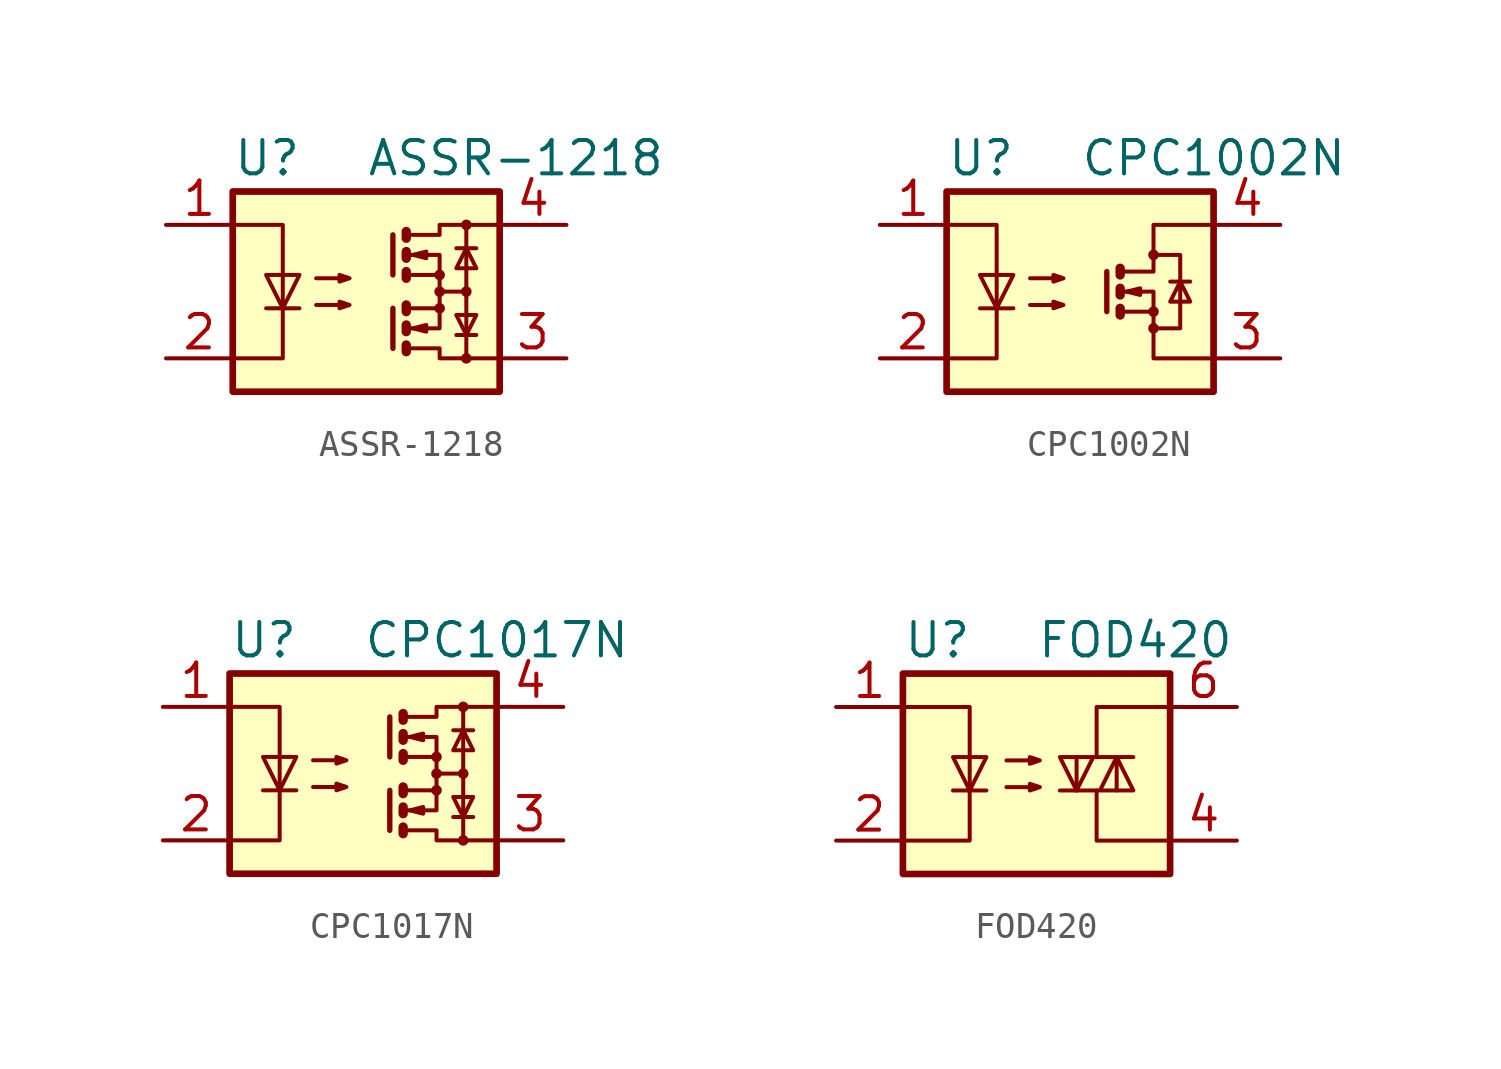
<source format=kicad_sym>
(kicad_symbol_lib
  (version 20241209)
  (generator "kicad_symbol_editor")
  (generator_version "9.0")
  (symbol "ASSR-1218"
    (property "Reference" "U"
      (at -5.08 5.08 0)
      (effects (font (size 1.27 1.27)) (justify left)))
    (property "Value" "ASSR-1218"
      (at 0 5.08 0)
      (effects (font (size 1.27 1.27)) (justify left)))
    (symbol "ASSR-1218_0_1"
      (rectangle (start -5.08 3.81) (end 5.08 -3.81) (stroke (width 0.254) (type default)) (fill (type background)))
      (polyline (pts (xy -5.08 2.54) (xy -3.175 2.54) (xy -3.175 -2.54) (xy -5.08 -2.54)) (stroke (width 0) (type default)) (fill (type none)))
      (polyline (pts (xy -3.81 -0.635) (xy -2.54 -0.635)) (stroke (width 0) (type default)) (fill (type none)))
      (polyline (pts (xy -3.175 -0.635) (xy -3.81 0.635) (xy -2.54 0.635) (xy -3.175 -0.635)) (stroke (width 0) (type default)) (fill (type none)))
      (polyline (pts (xy -1.905 0.508) (xy -0.635 0.508) (xy -1.016 0.381) (xy -1.016 0.635) (xy -0.635 0.508)) (stroke (width 0) (type default)) (fill (type none)))
      (polyline (pts (xy -1.905 -0.508) (xy -0.635 -0.508) (xy -1.016 -0.635) (xy -1.016 -0.381) (xy -0.635 -0.508)) (stroke (width 0) (type default)) (fill (type none)))
      (polyline (pts (xy 1.016 2.159) (xy 1.016 0.635)) (stroke (width 0.203) (type default)) (fill (type none)))
      (polyline (pts (xy 1.016 -0.635) (xy 1.016 -2.159)) (stroke (width 0.203) (type default)) (fill (type none)))
      (polyline (pts (xy 1.524 2.286) (xy 1.524 2.032) (xy 1.524 2.032)) (stroke (width 0.356) (type default)) (fill (type none)))
      (polyline (pts (xy 1.524 1.524) (xy 1.524 1.27) (xy 1.524 1.27)) (stroke (width 0.356) (type default)) (fill (type none)))
      (polyline (pts (xy 1.524 0.762) (xy 1.524 0.508) (xy 1.524 0.508)) (stroke (width 0.356) (type default)) (fill (type none)))
      (polyline (pts (xy 1.524 -0.508) (xy 1.524 -0.762)) (stroke (width 0.356) (type default)) (fill (type none)))
      (polyline (pts (xy 1.524 -1.27) (xy 1.524 -1.524) (xy 1.524 -1.524)) (stroke (width 0.356) (type default)) (fill (type none)))
      (polyline (pts (xy 1.524 -2.032) (xy 1.524 -2.286) (xy 1.524 -2.286)) (stroke (width 0.356) (type default)) (fill (type none)))
      (polyline (pts (xy 1.651 2.159) (xy 2.794 2.159) (xy 2.794 2.54) (xy 5.08 2.54)) (stroke (width 0) (type default)) (fill (type none)))
      (polyline (pts (xy 1.651 1.397) (xy 2.794 1.397) (xy 2.794 0.635)) (stroke (width 0) (type default)) (fill (type none)))
      (polyline (pts (xy 1.651 -0.635) (xy 2.794 -0.635) (xy 2.794 0.635) (xy 1.651 0.635)) (stroke (width 0) (type default)) (fill (type none)))
      (polyline (pts (xy 1.651 -1.397) (xy 2.794 -1.397) (xy 2.794 -0.635)) (stroke (width 0) (type default)) (fill (type none)))
      (polyline (pts (xy 1.651 -2.159) (xy 2.794 -2.159) (xy 2.794 -2.54) (xy 5.08 -2.54)) (stroke (width 0) (type default)) (fill (type none)))
      (polyline (pts (xy 1.778 1.397) (xy 2.286 1.524) (xy 2.286 1.27) (xy 1.778 1.397)) (stroke (width 0) (type default)) (fill (type none)))
      (polyline (pts (xy 1.778 -1.397) (xy 2.286 -1.27) (xy 2.286 -1.524) (xy 1.778 -1.397)) (stroke (width 0) (type default)) (fill (type none)))
      (circle (center 2.794 0.635) (radius 0.127) (stroke (width 0) (type default)) (fill (type none)))
      (polyline (pts (xy 2.794 0) (xy 3.81 0)) (stroke (width 0) (type default)) (fill (type none)))
      (circle (center 2.794 0) (radius 0.127) (stroke (width 0) (type default)) (fill (type none)))
      (circle (center 2.794 -0.635) (radius 0.127) (stroke (width 0) (type default)) (fill (type none)))
      (polyline (pts (xy 3.429 1.651) (xy 4.191 1.651)) (stroke (width 0) (type default)) (fill (type none)))
      (polyline (pts (xy 3.429 -1.651) (xy 4.191 -1.651)) (stroke (width 0) (type default)) (fill (type none)))
      (circle (center 3.81 2.54) (radius 0.127) (stroke (width 0) (type default)) (fill (type none)))
      (polyline (pts (xy 3.81 1.651) (xy 3.429 0.889) (xy 4.191 0.889) (xy 3.81 1.651)) (stroke (width 0) (type default)) (fill (type none)))
      (circle (center 3.81 0) (radius 0.127) (stroke (width 0) (type default)) (fill (type none)))
      (polyline (pts (xy 3.81 -1.651) (xy 3.429 -0.889) (xy 4.191 -0.889) (xy 3.81 -1.651)) (stroke (width 0) (type default)) (fill (type none)))
      (polyline (pts (xy 3.81 -2.54) (xy 3.81 2.54)) (stroke (width 0) (type default)) (fill (type none)))
      (circle (center 3.81 -2.54) (radius 0.127) (stroke (width 0) (type default)) (fill (type none))))
    (symbol "ASSR-1218_1_1"
      (pin passive line (at -7.62 2.54 0) (length 2.54) (name "~" (effects (font (size 1.27 1.27)))) (number "1" (effects (font (size 1.27 1.27)))))
      (pin passive line (at -7.62 -2.54 0) (length 2.54) (name "~" (effects (font (size 1.27 1.27)))) (number "2" (effects (font (size 1.27 1.27)))))
      (pin passive line (at 7.62 2.54 180) (length 2.54) (name "~" (effects (font (size 1.27 1.27)))) (number "4" (effects (font (size 1.27 1.27)))))
      (pin passive line (at 7.62 -2.54 180) (length 2.54) (name "~" (effects (font (size 1.27 1.27)))) (number "3" (effects (font (size 1.27 1.27)))))))
  (symbol "CPC1002N"
    (property "Reference" "U"
      (at -5.08 5.08 0)
      (effects (font (size 1.27 1.27)) (justify left)))
    (property "Value" "CPC1002N"
      (at 0 5.08 0)
      (effects (font (size 1.27 1.27)) (justify left)))
    (symbol "CPC1002N_0_1"
      (rectangle (start -5.08 3.81) (end 5.08 -3.81) (stroke (width 0.254) (type default)) (fill (type background)))
      (polyline (pts (xy -5.08 2.54) (xy -3.175 2.54) (xy -3.175 -2.54) (xy -5.08 -2.54)) (stroke (width 0) (type default)) (fill (type none)))
      (polyline (pts (xy -3.81 -0.635) (xy -2.54 -0.635)) (stroke (width 0) (type default)) (fill (type none)))
      (polyline (pts (xy -3.175 -0.635) (xy -3.81 0.635) (xy -2.54 0.635) (xy -3.175 -0.635)) (stroke (width 0) (type default)) (fill (type none)))
      (polyline (pts (xy -1.905 0.508) (xy -0.635 0.508) (xy -1.016 0.381) (xy -1.016 0.635) (xy -0.635 0.508)) (stroke (width 0) (type default)) (fill (type none)))
      (polyline (pts (xy -1.905 -0.508) (xy -0.635 -0.508) (xy -1.016 -0.635) (xy -1.016 -0.381) (xy -0.635 -0.508)) (stroke (width 0) (type default)) (fill (type none)))
      (polyline (pts (xy 1.016 0.762) (xy 1.016 -0.762)) (stroke (width 0.203) (type default)) (fill (type none)))
      (polyline (pts (xy 1.524 0.889) (xy 1.524 0.635) (xy 1.524 0.635)) (stroke (width 0.356) (type default)) (fill (type none)))
      (polyline (pts (xy 1.524 0.762) (xy 2.794 0.762) (xy 2.794 2.54) (xy 5.08 2.54)) (stroke (width 0) (type default)) (fill (type none)))
      (polyline (pts (xy 1.524 0.127) (xy 1.524 -0.127) (xy 1.524 -0.127)) (stroke (width 0.356) (type default)) (fill (type none)))
      (polyline (pts (xy 1.524 0) (xy 2.794 0) (xy 2.794 -2.54) (xy 5.08 -2.54)) (stroke (width 0) (type default)) (fill (type none)))
      (polyline (pts (xy 1.524 -0.635) (xy 1.524 -0.889) (xy 1.524 -0.889)) (stroke (width 0.356) (type default)) (fill (type none)))
      (polyline (pts (xy 1.524 -0.762) (xy 2.794 -0.762)) (stroke (width 0) (type default)) (fill (type none)))
      (polyline (pts (xy 1.778 0) (xy 2.286 0.127) (xy 2.286 -0.127) (xy 1.778 0)) (stroke (width 0) (type default)) (fill (type none)))
      (circle (center 2.794 1.397) (radius 0.127) (stroke (width 0) (type default)) (fill (type none)))
      (circle (center 2.794 -0.762) (radius 0.127) (stroke (width 0) (type default)) (fill (type none)))
      (polyline (pts (xy 2.794 -1.397) (xy 3.81 -1.397) (xy 3.81 1.397) (xy 2.794 1.397)) (stroke (width 0) (type default)) (fill (type none)))
      (circle (center 2.794 -1.397) (radius 0.127) (stroke (width 0) (type default)) (fill (type none)))
      (polyline (pts (xy 3.429 0.381) (xy 4.191 0.381)) (stroke (width 0) (type default)) (fill (type none)))
      (polyline (pts (xy 3.81 0.381) (xy 3.429 -0.381) (xy 4.191 -0.381) (xy 3.81 0.381)) (stroke (width 0) (type default)) (fill (type none))))
    (symbol "CPC1002N_1_1"
      (pin passive line (at -7.62 2.54 0) (length 2.54) (name "~" (effects (font (size 1.27 1.27)))) (number "1" (effects (font (size 1.27 1.27)))))
      (pin passive line (at -7.62 -2.54 0) (length 2.54) (name "~" (effects (font (size 1.27 1.27)))) (number "2" (effects (font (size 1.27 1.27)))))
      (pin passive line (at 7.62 2.54 180) (length 2.54) (name "~" (effects (font (size 1.27 1.27)))) (number "4" (effects (font (size 1.27 1.27)))))
      (pin passive line (at 7.62 -2.54 180) (length 2.54) (name "~" (effects (font (size 1.27 1.27)))) (number "3" (effects (font (size 1.27 1.27)))))))
  (symbol "CPC1017N"
    (property "Reference" "U"
      (at -5.08 5.08 0)
      (effects (font (size 1.27 1.27)) (justify left)))
    (property "Value" "CPC1017N"
      (at 0 5.08 0)
      (effects (font (size 1.27 1.27)) (justify left)))
    (symbol "CPC1017N_0_1"
      (rectangle (start -5.08 3.81) (end 5.08 -3.81) (stroke (width 0.254) (type default)) (fill (type background)))
      (polyline (pts (xy -5.08 2.54) (xy -3.175 2.54) (xy -3.175 -2.54) (xy -5.08 -2.54)) (stroke (width 0) (type default)) (fill (type none)))
      (polyline (pts (xy -3.81 -0.635) (xy -2.54 -0.635)) (stroke (width 0) (type default)) (fill (type none)))
      (polyline (pts (xy -3.175 -0.635) (xy -3.81 0.635) (xy -2.54 0.635) (xy -3.175 -0.635)) (stroke (width 0) (type default)) (fill (type none)))
      (polyline (pts (xy -1.905 0.508) (xy -0.635 0.508) (xy -1.016 0.381) (xy -1.016 0.635) (xy -0.635 0.508)) (stroke (width 0) (type default)) (fill (type none)))
      (polyline (pts (xy -1.905 -0.508) (xy -0.635 -0.508) (xy -1.016 -0.635) (xy -1.016 -0.381) (xy -0.635 -0.508)) (stroke (width 0) (type default)) (fill (type none)))
      (polyline (pts (xy 1.016 2.159) (xy 1.016 0.635)) (stroke (width 0.203) (type default)) (fill (type none)))
      (polyline (pts (xy 1.016 -0.635) (xy 1.016 -2.159)) (stroke (width 0.203) (type default)) (fill (type none)))
      (polyline (pts (xy 1.524 2.286) (xy 1.524 2.032) (xy 1.524 2.032)) (stroke (width 0.356) (type default)) (fill (type none)))
      (polyline (pts (xy 1.524 1.524) (xy 1.524 1.27) (xy 1.524 1.27)) (stroke (width 0.356) (type default)) (fill (type none)))
      (polyline (pts (xy 1.524 0.762) (xy 1.524 0.508) (xy 1.524 0.508)) (stroke (width 0.356) (type default)) (fill (type none)))
      (polyline (pts (xy 1.524 -0.508) (xy 1.524 -0.762)) (stroke (width 0.356) (type default)) (fill (type none)))
      (polyline (pts (xy 1.524 -1.27) (xy 1.524 -1.524) (xy 1.524 -1.524)) (stroke (width 0.356) (type default)) (fill (type none)))
      (polyline (pts (xy 1.524 -2.032) (xy 1.524 -2.286) (xy 1.524 -2.286)) (stroke (width 0.356) (type default)) (fill (type none)))
      (polyline (pts (xy 1.651 2.159) (xy 2.794 2.159) (xy 2.794 2.54) (xy 5.08 2.54)) (stroke (width 0) (type default)) (fill (type none)))
      (polyline (pts (xy 1.651 1.397) (xy 2.794 1.397) (xy 2.794 0.635)) (stroke (width 0) (type default)) (fill (type none)))
      (polyline (pts (xy 1.651 -0.635) (xy 2.794 -0.635) (xy 2.794 0.635) (xy 1.651 0.635)) (stroke (width 0) (type default)) (fill (type none)))
      (polyline (pts (xy 1.651 -1.397) (xy 2.794 -1.397) (xy 2.794 -0.635)) (stroke (width 0) (type default)) (fill (type none)))
      (polyline (pts (xy 1.651 -2.159) (xy 2.794 -2.159) (xy 2.794 -2.54) (xy 5.08 -2.54)) (stroke (width 0) (type default)) (fill (type none)))
      (polyline (pts (xy 1.778 1.397) (xy 2.286 1.524) (xy 2.286 1.27) (xy 1.778 1.397)) (stroke (width 0) (type default)) (fill (type none)))
      (polyline (pts (xy 1.778 -1.397) (xy 2.286 -1.27) (xy 2.286 -1.524) (xy 1.778 -1.397)) (stroke (width 0) (type default)) (fill (type none)))
      (circle (center 2.794 0.635) (radius 0.127) (stroke (width 0) (type default)) (fill (type none)))
      (polyline (pts (xy 2.794 0) (xy 3.81 0)) (stroke (width 0) (type default)) (fill (type none)))
      (circle (center 2.794 0) (radius 0.127) (stroke (width 0) (type default)) (fill (type none)))
      (circle (center 2.794 -0.635) (radius 0.127) (stroke (width 0) (type default)) (fill (type none)))
      (polyline (pts (xy 3.429 1.651) (xy 4.191 1.651)) (stroke (width 0) (type default)) (fill (type none)))
      (polyline (pts (xy 3.429 -1.651) (xy 4.191 -1.651)) (stroke (width 0) (type default)) (fill (type none)))
      (circle (center 3.81 2.54) (radius 0.127) (stroke (width 0) (type default)) (fill (type none)))
      (polyline (pts (xy 3.81 1.651) (xy 3.429 0.889) (xy 4.191 0.889) (xy 3.81 1.651)) (stroke (width 0) (type default)) (fill (type none)))
      (circle (center 3.81 0) (radius 0.127) (stroke (width 0) (type default)) (fill (type none)))
      (polyline (pts (xy 3.81 -1.651) (xy 3.429 -0.889) (xy 4.191 -0.889) (xy 3.81 -1.651)) (stroke (width 0) (type default)) (fill (type none)))
      (polyline (pts (xy 3.81 -2.54) (xy 3.81 2.54)) (stroke (width 0) (type default)) (fill (type none)))
      (circle (center 3.81 -2.54) (radius 0.127) (stroke (width 0) (type default)) (fill (type none))))
    (symbol "CPC1017N_1_1"
      (pin passive line (at -7.62 2.54 0) (length 2.54) (name "~" (effects (font (size 1.27 1.27)))) (number "1" (effects (font (size 1.27 1.27)))))
      (pin passive line (at -7.62 -2.54 0) (length 2.54) (name "~" (effects (font (size 1.27 1.27)))) (number "2" (effects (font (size 1.27 1.27)))))
      (pin passive line (at 7.62 2.54 180) (length 2.54) (name "~" (effects (font (size 1.27 1.27)))) (number "4" (effects (font (size 1.27 1.27)))))
      (pin passive line (at 7.62 -2.54 180) (length 2.54) (name "~" (effects (font (size 1.27 1.27)))) (number "3" (effects (font (size 1.27 1.27)))))))
  (symbol "FOD420"
    (property "Reference" "U"
      (at -5.08 5.08 0)
      (effects (font (size 1.27 1.27)) (justify left)))
    (property "Value" "FOD420"
      (at 0 5.08 0)
      (effects (font (size 1.27 1.27)) (justify left)))
    (symbol "FOD420_0_1"
      (rectangle (start -5.08 3.81) (end 5.08 -3.81) (stroke (width 0.254) (type default)) (fill (type background)))
      (polyline (pts (xy -5.08 2.54) (xy -2.54 2.54) (xy -2.54 -2.54) (xy -5.08 -2.54)) (stroke (width 0) (type default)) (fill (type none)))
      (polyline (pts (xy -3.175 -0.635) (xy -1.905 -0.635)) (stroke (width 0) (type default)) (fill (type none)))
      (polyline (pts (xy -2.54 -0.635) (xy -3.175 0.635) (xy -1.905 0.635) (xy -2.54 -0.635)) (stroke (width 0) (type default)) (fill (type none)))
      (polyline (pts (xy -1.143 0.508) (xy 0.127 0.508) (xy -0.254 0.381) (xy -0.254 0.635) (xy 0.127 0.508)) (stroke (width 0) (type default)) (fill (type none)))
      (polyline (pts (xy -1.143 -0.508) (xy 0.127 -0.508) (xy -0.254 -0.635) (xy -0.254 -0.381) (xy 0.127 -0.508)) (stroke (width 0) (type default)) (fill (type none)))
      (polyline (pts (xy 0.889 -0.635) (xy 3.683 -0.635) (xy 3.048 0.635) (xy 2.413 -0.635)) (stroke (width 0) (type default)) (fill (type none)))
      (polyline (pts (xy 1.524 -0.635) (xy 1.524 0.635)) (stroke (width 0) (type default)) (fill (type none)))
      (polyline (pts (xy 2.286 0.635) (xy 2.286 2.54) (xy 5.08 2.54)) (stroke (width 0) (type default)) (fill (type none)))
      (polyline (pts (xy 2.286 -0.635) (xy 2.286 -2.54) (xy 5.08 -2.54)) (stroke (width 0) (type default)) (fill (type none)))
      (polyline (pts (xy 3.048 0.635) (xy 3.048 -0.635)) (stroke (width 0) (type default)) (fill (type none)))
      (polyline (pts (xy 3.683 0.635) (xy 0.889 0.635) (xy 1.524 -0.635) (xy 2.159 0.635)) (stroke (width 0) (type default)) (fill (type none))))
    (symbol "FOD420_1_1"
      (pin passive line (at -7.62 2.54 0) (length 2.54) (name "~" (effects (font (size 1.27 1.27)))) (number "1" (effects (font (size 1.27 1.27)))))
      (pin passive line (at -7.62 -2.54 0) (length 2.54) (name "~" (effects (font (size 1.27 1.27)))) (number "2" (effects (font (size 1.27 1.27)))))
      (pin no_connect line (at -5.08 0 0) (length 2.54) (hide yes) (name "NC" (effects (font (size 1.27 1.27)))) (number "3" (effects (font (size 1.27 1.27)))))
      (pin no_connect line (at 5.08 0 180) (length 2.54) (hide yes) (name "NC" (effects (font (size 1.27 1.27)))) (number "5" (effects (font (size 1.27 1.27)))))
      (pin passive line (at 7.62 2.54 180) (length 2.54) (name "~" (effects (font (size 1.27 1.27)))) (number "6" (effects (font (size 1.27 1.27)))))
      (pin passive line (at 7.62 -2.54 180) (length 2.54) (name "~" (effects (font (size 1.27 1.27)))) (number "4" (effects (font (size 1.27 1.27))))))))
</source>
